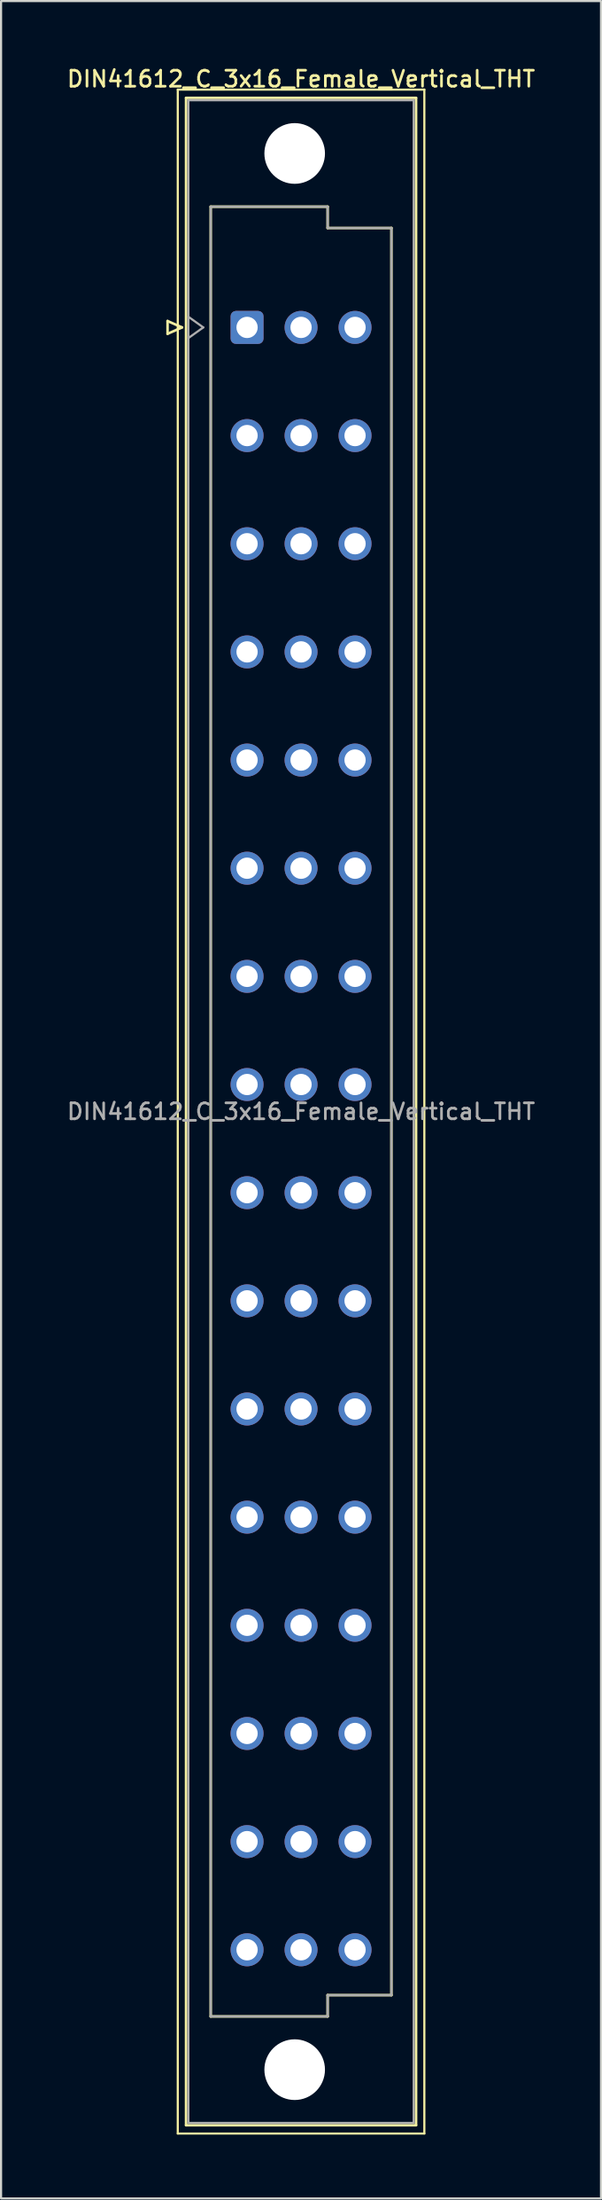
<source format=kicad_pcb>
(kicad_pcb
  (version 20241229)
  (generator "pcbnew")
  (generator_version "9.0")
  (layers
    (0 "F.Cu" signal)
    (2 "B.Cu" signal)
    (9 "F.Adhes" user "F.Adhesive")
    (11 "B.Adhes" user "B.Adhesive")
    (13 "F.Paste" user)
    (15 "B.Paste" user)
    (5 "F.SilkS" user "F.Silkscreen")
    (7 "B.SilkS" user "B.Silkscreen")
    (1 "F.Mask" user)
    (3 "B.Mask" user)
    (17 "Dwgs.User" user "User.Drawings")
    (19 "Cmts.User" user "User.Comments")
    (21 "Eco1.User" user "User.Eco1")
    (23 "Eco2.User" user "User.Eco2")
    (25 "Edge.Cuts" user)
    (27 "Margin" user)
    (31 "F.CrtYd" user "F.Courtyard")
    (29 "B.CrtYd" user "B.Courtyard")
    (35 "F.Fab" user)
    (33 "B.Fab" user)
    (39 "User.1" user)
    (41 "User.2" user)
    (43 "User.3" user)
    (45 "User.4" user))
  (footprint "DIN41612_C_3x16_Female_Vertical_THT"
    (layer "F.Cu")
    (at 8.573 9.788)
    (property "Reference" "DIN41612_C_3x16_Female_Vertical_THT" (at 2.54 -9.13 0) (layer "F.SilkS") (effects (font (size 0.75 0.75) (thickness 0.125))))
    (attr through_hole)
    (fp_line (start -3.74 2.24) (end -3.74 2.84) (stroke (width 0.12) (type solid)) (layer "F.SilkS"))
    (fp_line (start -3.74 2.84) (end -3.06 2.54) (stroke (width 0.12) (type solid)) (layer "F.SilkS"))
    (fp_line (start -3.26 -8.63) (end 8.34 -8.63) (stroke (width 0.1) (type solid)) (layer "F.SilkS"))
    (fp_line (start -3.26 87.37) (end -3.26 -8.63) (stroke (width 0.1) (type solid)) (layer "F.SilkS"))
    (fp_line (start -3.06 2.54) (end -3.74 2.24) (stroke (width 0.12) (type solid)) (layer "F.SilkS"))
    (fp_line (start -2.87 -8.24) (end 7.95 -8.24) (stroke (width 0.12) (type solid)) (layer "F.SilkS"))
    (fp_line (start -2.87 86.98) (end -2.87 -8.24) (stroke (width 0.12) (type solid)) (layer "F.SilkS"))
    (fp_line (start -1.71 -3.131) (end 3.79 -3.131) (stroke (width 0.12) (type solid)) (layer "F.SilkS"))
    (fp_line (start -1.71 81.87) (end -1.71 -3.131) (stroke (width 0.12) (type solid)) (layer "F.SilkS"))
    (fp_line (start 3.79 -3.131) (end 3.79 -2.131) (stroke (width 0.12) (type solid)) (layer "F.SilkS"))
    (fp_line (start 3.79 -2.131) (end 6.79 -2.131) (stroke (width 0.12) (type solid)) (layer "F.SilkS"))
    (fp_line (start 3.79 80.87) (end 3.79 81.87) (stroke (width 0.12) (type solid)) (layer "F.SilkS"))
    (fp_line (start 3.79 81.87) (end -1.71 81.87) (stroke (width 0.12) (type solid)) (layer "F.SilkS"))
    (fp_line (start 6.79 -2.131) (end 6.79 80.87) (stroke (width 0.12) (type solid)) (layer "F.SilkS"))
    (fp_line (start 6.79 80.87) (end 3.79 80.87) (stroke (width 0.12) (type solid)) (layer "F.SilkS"))
    (fp_line (start 7.95 -8.24) (end 7.95 86.98) (stroke (width 0.12) (type solid)) (layer "F.SilkS"))
    (fp_line (start 7.95 86.98) (end -2.87 86.98) (stroke (width 0.12) (type solid)) (layer "F.SilkS"))
    (fp_line (start 8.34 -8.63) (end 8.34 87.37) (stroke (width 0.1) (type solid)) (layer "F.SilkS"))
    (fp_line (start 8.34 87.37) (end -3.26 87.37) (stroke (width 0.1) (type solid)) (layer "F.SilkS"))
    (fp_line (start -2.76 -8.13) (end 7.84 -8.13) (stroke (width 0.1) (type solid)) (layer "F.Fab"))
    (fp_line (start -2.76 2.04) (end -2.06 2.54) (stroke (width 0.1) (type solid)) (layer "F.Fab"))
    (fp_line (start -2.76 86.87) (end -2.76 -8.13) (stroke (width 0.1) (type solid)) (layer "F.Fab"))
    (fp_line (start -2.06 2.54) (end -2.76 3.04) (stroke (width 0.1) (type solid)) (layer "F.Fab"))
    (fp_line (start -1.71 -3.13) (end 3.79 -3.13) (stroke (width 0.1) (type solid)) (layer "F.Fab"))
    (fp_line (start -1.71 81.87) (end -1.71 -3.13) (stroke (width 0.1) (type solid)) (layer "F.Fab"))
    (fp_line (start 3.79 -3.13) (end 3.79 -2.13) (stroke (width 0.1) (type solid)) (layer "F.Fab"))
    (fp_line (start 3.79 -2.13) (end 6.79 -2.13) (stroke (width 0.1) (type solid)) (layer "F.Fab"))
    (fp_line (start 3.79 80.87) (end 3.79 81.87) (stroke (width 0.1) (type solid)) (layer "F.Fab"))
    (fp_line (start 3.79 81.87) (end -1.71 81.87) (stroke (width 0.1) (type solid)) (layer "F.Fab"))
    (fp_line (start 6.79 -2.13) (end 6.79 80.87) (stroke (width 0.1) (type solid)) (layer "F.Fab"))
    (fp_line (start 6.79 80.87) (end 3.79 80.87) (stroke (width 0.1) (type solid)) (layer "F.Fab"))
    (fp_line (start 7.84 -8.13) (end 7.84 86.87) (stroke (width 0.1) (type solid)) (layer "F.Fab"))
    (fp_line (start 7.84 86.87) (end -2.76 86.87) (stroke (width 0.1) (type solid)) (layer "F.Fab"))
    (fp_text user "${REFERENCE}" (at 2.54 39.37 0) (layer "F.Fab") (effects (font (size 0.75 0.75) (thickness 0.125))))
    (pad "" np_thru_hole circle (at 2.24 -5.63) (size 2.85 2.85) (drill 2.85) (layers "*.Cu" "*.Mask"))
    (pad "" np_thru_hole circle (at 2.24 84.37) (size 2.85 2.85) (drill 2.85) (layers "*.Cu" "*.Mask"))
    (pad "a2" thru_hole roundrect (at 0 2.54) (size 1.55 1.55) (drill 1) (layers "*.Cu" "*.Mask") (roundrect_rratio 0.161))
    (pad "a4" thru_hole circle (at 0 7.62) (size 1.55 1.55) (drill 1) (layers "*.Cu" "*.Mask"))
    (pad "a6" thru_hole circle (at 0 12.7) (size 1.55 1.55) (drill 1) (layers "*.Cu" "*.Mask"))
    (pad "a8" thru_hole circle (at 0 17.78) (size 1.55 1.55) (drill 1) (layers "*.Cu" "*.Mask"))
    (pad "a10" thru_hole circle (at 0 22.86) (size 1.55 1.55) (drill 1) (layers "*.Cu" "*.Mask"))
    (pad "a12" thru_hole circle (at 0 27.94) (size 1.55 1.55) (drill 1) (layers "*.Cu" "*.Mask"))
    (pad "a14" thru_hole circle (at 0 33.02) (size 1.55 1.55) (drill 1) (layers "*.Cu" "*.Mask"))
    (pad "a16" thru_hole circle (at 0 38.1) (size 1.55 1.55) (drill 1) (layers "*.Cu" "*.Mask"))
    (pad "a18" thru_hole circle (at 0 43.18) (size 1.55 1.55) (drill 1) (layers "*.Cu" "*.Mask"))
    (pad "a20" thru_hole circle (at 0 48.26) (size 1.55 1.55) (drill 1) (layers "*.Cu" "*.Mask"))
    (pad "a22" thru_hole circle (at 0 53.34) (size 1.55 1.55) (drill 1) (layers "*.Cu" "*.Mask"))
    (pad "a24" thru_hole circle (at 0 58.42) (size 1.55 1.55) (drill 1) (layers "*.Cu" "*.Mask"))
    (pad "a26" thru_hole circle (at 0 63.5) (size 1.55 1.55) (drill 1) (layers "*.Cu" "*.Mask"))
    (pad "a28" thru_hole circle (at 0 68.58) (size 1.55 1.55) (drill 1) (layers "*.Cu" "*.Mask"))
    (pad "a30" thru_hole circle (at 0 73.66) (size 1.55 1.55) (drill 1) (layers "*.Cu" "*.Mask"))
    (pad "a32" thru_hole circle (at 0 78.74) (size 1.55 1.55) (drill 1) (layers "*.Cu" "*.Mask"))
    (pad "b2" thru_hole circle (at 2.54 2.54) (size 1.55 1.55) (drill 1) (layers "*.Cu" "*.Mask"))
    (pad "b4" thru_hole circle (at 2.54 7.62) (size 1.55 1.55) (drill 1) (layers "*.Cu" "*.Mask"))
    (pad "b6" thru_hole circle (at 2.54 12.7) (size 1.55 1.55) (drill 1) (layers "*.Cu" "*.Mask"))
    (pad "b8" thru_hole circle (at 2.54 17.78) (size 1.55 1.55) (drill 1) (layers "*.Cu" "*.Mask"))
    (pad "b10" thru_hole circle (at 2.54 22.86) (size 1.55 1.55) (drill 1) (layers "*.Cu" "*.Mask"))
    (pad "b12" thru_hole circle (at 2.54 27.94) (size 1.55 1.55) (drill 1) (layers "*.Cu" "*.Mask"))
    (pad "b14" thru_hole circle (at 2.54 33.02) (size 1.55 1.55) (drill 1) (layers "*.Cu" "*.Mask"))
    (pad "b16" thru_hole circle (at 2.54 38.1) (size 1.55 1.55) (drill 1) (layers "*.Cu" "*.Mask"))
    (pad "b18" thru_hole circle (at 2.54 43.18) (size 1.55 1.55) (drill 1) (layers "*.Cu" "*.Mask"))
    (pad "b20" thru_hole circle (at 2.54 48.26) (size 1.55 1.55) (drill 1) (layers "*.Cu" "*.Mask"))
    (pad "b22" thru_hole circle (at 2.54 53.34) (size 1.55 1.55) (drill 1) (layers "*.Cu" "*.Mask"))
    (pad "b24" thru_hole circle (at 2.54 58.42) (size 1.55 1.55) (drill 1) (layers "*.Cu" "*.Mask"))
    (pad "b26" thru_hole circle (at 2.54 63.5) (size 1.55 1.55) (drill 1) (layers "*.Cu" "*.Mask"))
    (pad "b28" thru_hole circle (at 2.54 68.58) (size 1.55 1.55) (drill 1) (layers "*.Cu" "*.Mask"))
    (pad "b30" thru_hole circle (at 2.54 73.66) (size 1.55 1.55) (drill 1) (layers "*.Cu" "*.Mask"))
    (pad "b32" thru_hole circle (at 2.54 78.74) (size 1.55 1.55) (drill 1) (layers "*.Cu" "*.Mask"))
    (pad "c2" thru_hole circle (at 5.08 2.54) (size 1.55 1.55) (drill 1) (layers "*.Cu" "*.Mask"))
    (pad "c4" thru_hole circle (at 5.08 7.62) (size 1.55 1.55) (drill 1) (layers "*.Cu" "*.Mask"))
    (pad "c6" thru_hole circle (at 5.08 12.7) (size 1.55 1.55) (drill 1) (layers "*.Cu" "*.Mask"))
    (pad "c8" thru_hole circle (at 5.08 17.78) (size 1.55 1.55) (drill 1) (layers "*.Cu" "*.Mask"))
    (pad "c10" thru_hole circle (at 5.08 22.86) (size 1.55 1.55) (drill 1) (layers "*.Cu" "*.Mask"))
    (pad "c12" thru_hole circle (at 5.08 27.94) (size 1.55 1.55) (drill 1) (layers "*.Cu" "*.Mask"))
    (pad "c14" thru_hole circle (at 5.08 33.02) (size 1.55 1.55) (drill 1) (layers "*.Cu" "*.Mask"))
    (pad "c16" thru_hole circle (at 5.08 38.1) (size 1.55 1.55) (drill 1) (layers "*.Cu" "*.Mask"))
    (pad "c18" thru_hole circle (at 5.08 43.18) (size 1.55 1.55) (drill 1) (layers "*.Cu" "*.Mask"))
    (pad "c20" thru_hole circle (at 5.08 48.26) (size 1.55 1.55) (drill 1) (layers "*.Cu" "*.Mask"))
    (pad "c22" thru_hole circle (at 5.08 53.34) (size 1.55 1.55) (drill 1) (layers "*.Cu" "*.Mask"))
    (pad "c24" thru_hole circle (at 5.08 58.42) (size 1.55 1.55) (drill 1) (layers "*.Cu" "*.Mask"))
    (pad "c26" thru_hole circle (at 5.08 63.5) (size 1.55 1.55) (drill 1) (layers "*.Cu" "*.Mask"))
    (pad "c28" thru_hole circle (at 5.08 68.58) (size 1.55 1.55) (drill 1) (layers "*.Cu" "*.Mask"))
    (pad "c30" thru_hole circle (at 5.08 73.66) (size 1.55 1.55) (drill 1) (layers "*.Cu" "*.Mask"))
    (pad "c32" thru_hole circle (at 5.08 78.74) (size 1.55 1.55) (drill 1) (layers "*.Cu" "*.Mask")))
  (gr_rect
    (start -3 -3)
    (end 25.225 100.208)
    (stroke (width 0.1) (type default))
    (fill no)
    (layer "Edge.Cuts")))
</source>
